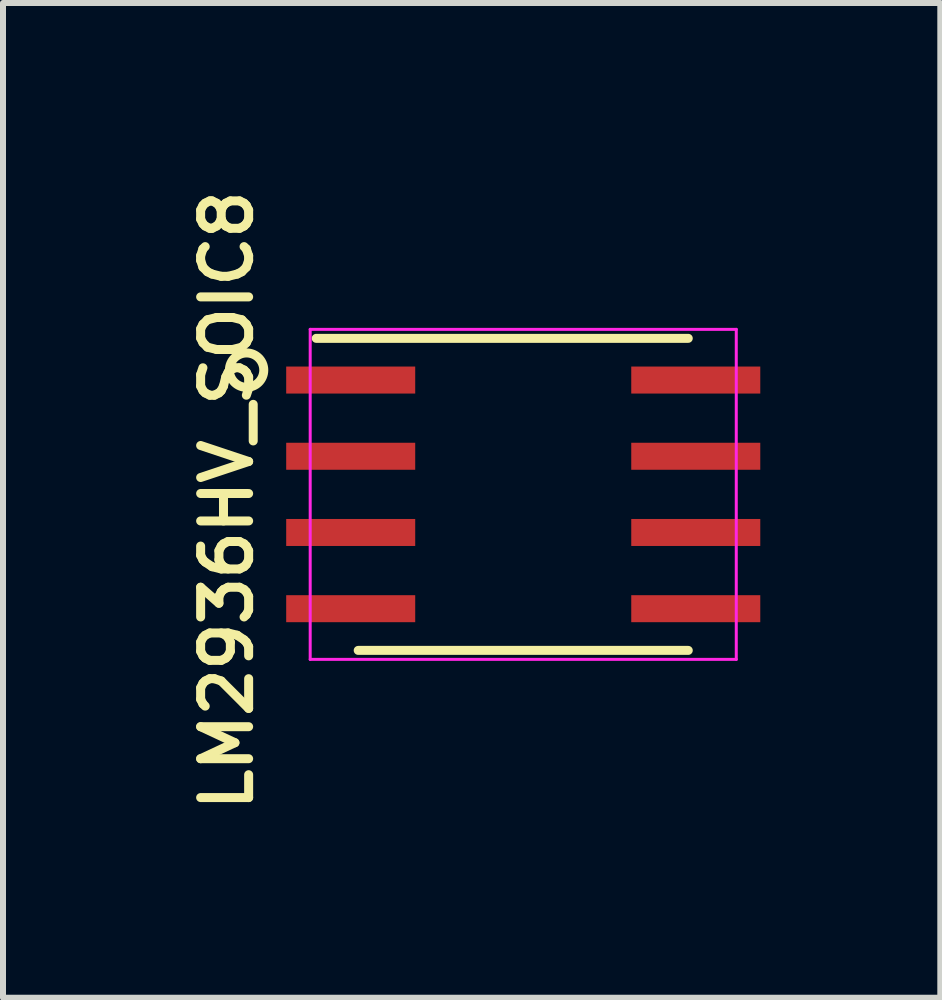
<source format=kicad_pcb>
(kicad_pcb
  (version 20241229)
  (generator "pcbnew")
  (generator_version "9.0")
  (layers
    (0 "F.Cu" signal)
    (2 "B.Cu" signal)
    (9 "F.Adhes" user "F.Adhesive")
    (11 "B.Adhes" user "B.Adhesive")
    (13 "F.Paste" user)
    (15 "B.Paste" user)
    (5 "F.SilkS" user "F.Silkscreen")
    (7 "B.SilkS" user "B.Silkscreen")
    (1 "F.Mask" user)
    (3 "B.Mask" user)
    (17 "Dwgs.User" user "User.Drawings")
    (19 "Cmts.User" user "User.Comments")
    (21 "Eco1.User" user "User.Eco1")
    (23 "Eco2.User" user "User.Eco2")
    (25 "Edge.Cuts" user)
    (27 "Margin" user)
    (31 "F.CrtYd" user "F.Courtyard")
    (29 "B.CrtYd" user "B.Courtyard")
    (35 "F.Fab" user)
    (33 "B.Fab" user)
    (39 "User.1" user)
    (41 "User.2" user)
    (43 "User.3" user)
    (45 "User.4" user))
  (footprint "LM2936HV_SOIC8"
    (layer "F.Cu")
    (at 5.669 5.188)
    (property "Reference" "LM2936HV_SOIC8" (at -4.938 0.1 90) (layer "F.SilkS") (effects (font (size 0.8 0.8) (thickness 0.15))))
    (attr smd)
    (fp_line (start -3.45 -2.6) (end 2.75 -2.6) (stroke (width 0.15) (type solid)) (layer "F.SilkS"))
    (fp_line (start -2.75 2.6) (end 2.75 2.6) (stroke (width 0.15) (type solid)) (layer "F.SilkS"))
    (fp_circle (center -4.61 -2.07) (end -4.33 -2.01) (stroke (width 0.15) (type solid)) (fill no) (layer "F.SilkS"))
    (fp_line (start -3.55 -2.75) (end -3.55 2.75) (stroke (width 0.05) (type solid)) (layer "F.CrtYd"))
    (fp_line (start -3.55 -2.75) (end 3.55 -2.75) (stroke (width 0.05) (type solid)) (layer "F.CrtYd"))
    (fp_line (start -3.55 2.75) (end 3.55 2.75) (stroke (width 0.05) (type solid)) (layer "F.CrtYd"))
    (fp_line (start 3.55 -2.75) (end 3.55 2.75) (stroke (width 0.05) (type solid)) (layer "F.CrtYd"))
    (pad "1" smd rect (at -2.875 -1.905) (size 2.15 0.45) (layers "F.Cu" "F.Mask" "F.Paste"))
    (pad "2" smd rect (at -2.875 -0.635) (size 2.15 0.45) (layers "F.Cu" "F.Mask" "F.Paste"))
    (pad "2" smd rect (at -2.875 0.635) (size 2.15 0.45) (layers "F.Cu" "F.Mask" "F.Paste"))
    (pad "2" smd rect (at 2.875 -0.635) (size 2.15 0.45) (layers "F.Cu" "F.Mask" "F.Paste"))
    (pad "2" smd rect (at 2.875 0.635) (size 2.15 0.45) (layers "F.Cu" "F.Mask" "F.Paste"))
    (pad "4" smd rect (at -2.875 1.905) (size 2.15 0.45) (layers "F.Cu" "F.Mask" "F.Paste"))
    (pad "5" smd rect (at 2.875 1.905) (size 2.15 0.45) (layers "F.Cu" "F.Mask" "F.Paste"))
    (pad "8" smd rect (at 2.875 -1.905) (size 2.15 0.45) (layers "F.Cu" "F.Mask" "F.Paste")))
  (gr_rect
    (start -3 -3)
    (end 12.619 13.576)
    (stroke (width 0.1) (type default))
    (fill no)
    (layer "Edge.Cuts")))
</source>
